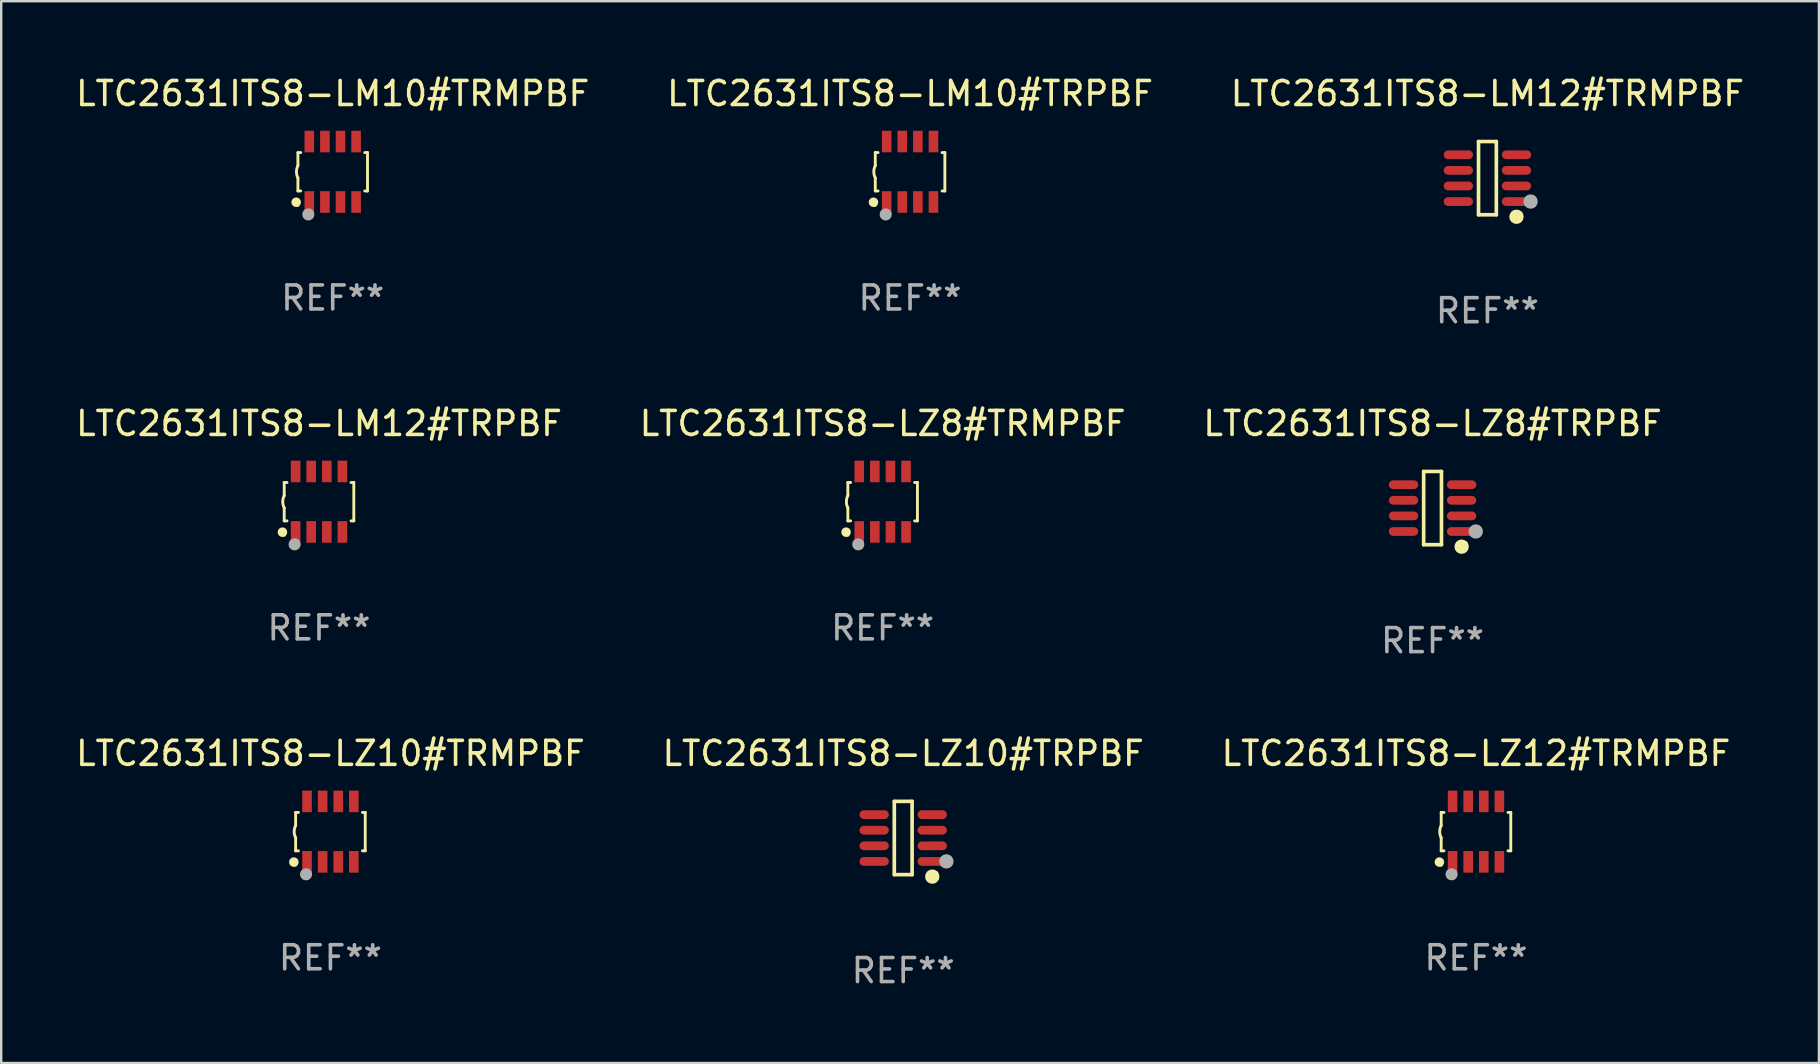
<source format=kicad_pcb>
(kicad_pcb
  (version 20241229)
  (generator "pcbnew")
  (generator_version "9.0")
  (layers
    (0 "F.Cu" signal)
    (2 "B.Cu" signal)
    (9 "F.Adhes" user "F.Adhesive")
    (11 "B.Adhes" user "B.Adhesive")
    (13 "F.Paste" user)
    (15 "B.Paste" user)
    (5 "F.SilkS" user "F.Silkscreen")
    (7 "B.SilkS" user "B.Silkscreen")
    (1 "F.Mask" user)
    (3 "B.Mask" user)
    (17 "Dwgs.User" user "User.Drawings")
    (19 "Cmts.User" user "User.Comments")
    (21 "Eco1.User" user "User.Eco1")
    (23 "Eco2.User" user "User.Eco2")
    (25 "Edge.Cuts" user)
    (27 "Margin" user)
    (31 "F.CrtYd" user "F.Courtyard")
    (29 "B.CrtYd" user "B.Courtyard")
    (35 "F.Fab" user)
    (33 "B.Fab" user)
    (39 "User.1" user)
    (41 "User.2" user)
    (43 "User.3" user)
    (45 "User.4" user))
  (footprint "LTC2631ITS8-LZ10#TRMPBF"
    (layer "F.Cu")
    (at 10.72 31.606)
    (property "Reference" "LTC2631ITS8-LZ10#TRMPBF" (at 0 -3.26 0) (layer "F.SilkS") (effects (font (size 1 1) (thickness 0.15))))
    (attr through_hole)
    (fp_line (start -1.45 -0.8) (end -1.45 -0.254) (stroke (width 0.12) (type solid)) (layer "F.SilkS"))
    (fp_line (start -1.45 -0.8) (end -1.334 -0.8) (stroke (width 0.12) (type solid)) (layer "F.SilkS"))
    (fp_line (start -1.45 0.8) (end -1.45 0.254) (stroke (width 0.12) (type solid)) (layer "F.SilkS"))
    (fp_line (start -1.45 0.8) (end -1.334 0.8) (stroke (width 0.12) (type solid)) (layer "F.SilkS"))
    (fp_line (start 1.334 -0.8) (end 1.45 -0.8) (stroke (width 0.12) (type solid)) (layer "F.SilkS"))
    (fp_line (start 1.334 0.8) (end 1.45 0.8) (stroke (width 0.12) (type solid)) (layer "F.SilkS"))
    (fp_line (start 1.45 0.8) (end 1.45 -0.8) (stroke (width 0.12) (type solid)) (layer "F.SilkS"))
    (fp_arc (start -1.45075 0.255144) (mid -1.510605 0.000434) (end -1.450013 -0.254102) (stroke (width 0.11999) (type solid)) (layer "F.SilkS"))
    (fp_circle (center -1.524 1.27) (end -1.424 1.27) (stroke (width 0.2) (type solid)) (fill no) (layer "F.SilkS"))
    (fp_circle (center -1.45 1.4) (end -1.42 1.4) (stroke (width 0.06) (type solid)) (fill no) (layer "F.SilkS"))
    (fp_circle (center -1.016 1.778) (end -0.889 1.778) (stroke (width 0.254) (type solid)) (fill no) (layer "F.Fab"))
    (fp_text user "REF**" (at 0 5.26 0) (layer "F.Fab") (effects (font (size 1 1) (thickness 0.15))))
    (pad "1" smd rect (at -0.975 1.26) (size 0.4 0.9) (layers "F.Cu" "F.Mask" "F.Paste"))
    (pad "2" smd rect (at -0.325 1.26) (size 0.4 0.9) (layers "F.Cu" "F.Mask" "F.Paste"))
    (pad "3" smd rect (at 0.325 1.26) (size 0.4 0.9) (layers "F.Cu" "F.Mask" "F.Paste"))
    (pad "4" smd rect (at 0.975 1.26) (size 0.4 0.9) (layers "F.Cu" "F.Mask" "F.Paste"))
    (pad "5" smd rect (at 0.975 -1.26) (size 0.4 0.9) (layers "F.Cu" "F.Mask" "F.Paste"))
    (pad "6" smd rect (at 0.325 -1.26) (size 0.4 0.9) (layers "F.Cu" "F.Mask" "F.Paste"))
    (pad "7" smd rect (at -0.325 -1.26) (size 0.4 0.9) (layers "F.Cu" "F.Mask" "F.Paste"))
    (pad "8" smd rect (at -0.975 -1.26) (size 0.4 0.9) (layers "F.Cu" "F.Mask" "F.Paste")))
  (footprint "LTC2631ITS8-LM12#TRMPBF"
    (layer "F.Cu")
    (at 58.935 4.374)
    (property "Reference" "LTC2631ITS8-LM12#TRMPBF" (at 0 -3.526 0) (layer "F.SilkS") (effects (font (size 1 1) (thickness 0.15))))
    (attr through_hole)
    (fp_line (start -0.371 -1.526) (end 0.371 -1.526) (stroke (width 0.152) (type solid)) (layer "F.SilkS"))
    (fp_line (start -0.371 1.526) (end -0.371 -1.526) (stroke (width 0.152) (type solid)) (layer "F.SilkS"))
    (fp_line (start 0.371 -1.526) (end 0.371 1.526) (stroke (width 0.152) (type solid)) (layer "F.SilkS"))
    (fp_line (start 0.371 1.526) (end -0.371 1.526) (stroke (width 0.152) (type solid)) (layer "F.SilkS"))
    (fp_circle (center 1.211 1.609) (end 1.361 1.609) (stroke (width 0.3) (type solid)) (fill no) (layer "F.SilkS"))
    (fp_circle (center 1.4 1.45) (end 1.43 1.45) (stroke (width 0.06) (type solid)) (fill no) (layer "F.SilkS"))
    (fp_circle (center 1.8 0.975) (end 1.95 0.975) (stroke (width 0.3) (type solid)) (fill no) (layer "F.Fab"))
    (fp_text user "REF**" (at 0 5.526 0) (layer "F.Fab") (effects (font (size 1 1) (thickness 0.15))))
    (pad "1" smd oval (at 1.211 0.975) (size 1.222 0.364) (layers "F.Cu" "F.Mask" "F.Paste"))
    (pad "2" smd oval (at 1.211 0.325) (size 1.222 0.364) (layers "F.Cu" "F.Mask" "F.Paste"))
    (pad "3" smd oval (at 1.211 -0.325) (size 1.222 0.364) (layers "F.Cu" "F.Mask" "F.Paste"))
    (pad "4" smd oval (at 1.211 -0.975) (size 1.222 0.364) (layers "F.Cu" "F.Mask" "F.Paste"))
    (pad "5" smd oval (at -1.211 -0.975) (size 1.222 0.364) (layers "F.Cu" "F.Mask" "F.Paste"))
    (pad "6" smd oval (at -1.211 -0.325) (size 1.222 0.364) (layers "F.Cu" "F.Mask" "F.Paste"))
    (pad "7" smd oval (at -1.211 0.325) (size 1.222 0.364) (layers "F.Cu" "F.Mask" "F.Paste"))
    (pad "8" smd oval (at -1.211 0.975) (size 1.222 0.364) (layers "F.Cu" "F.Mask" "F.Paste")))
  (footprint "LTC2631ITS8-LM10#TRPBF"
    (layer "F.Cu")
    (at 34.875 4.108)
    (property "Reference" "LTC2631ITS8-LM10#TRPBF" (at 0 -3.26 0) (layer "F.SilkS") (effects (font (size 1 1) (thickness 0.15))))
    (attr through_hole)
    (fp_line (start -1.45 -0.8) (end -1.45 -0.254) (stroke (width 0.12) (type solid)) (layer "F.SilkS"))
    (fp_line (start -1.45 -0.8) (end -1.334 -0.8) (stroke (width 0.12) (type solid)) (layer "F.SilkS"))
    (fp_line (start -1.45 0.8) (end -1.45 0.254) (stroke (width 0.12) (type solid)) (layer "F.SilkS"))
    (fp_line (start -1.45 0.8) (end -1.334 0.8) (stroke (width 0.12) (type solid)) (layer "F.SilkS"))
    (fp_line (start 1.334 -0.8) (end 1.45 -0.8) (stroke (width 0.12) (type solid)) (layer "F.SilkS"))
    (fp_line (start 1.334 0.8) (end 1.45 0.8) (stroke (width 0.12) (type solid)) (layer "F.SilkS"))
    (fp_line (start 1.45 0.8) (end 1.45 -0.8) (stroke (width 0.12) (type solid)) (layer "F.SilkS"))
    (fp_arc (start -1.45075 0.255144) (mid -1.510605 0.000434) (end -1.450013 -0.254102) (stroke (width 0.11999) (type solid)) (layer "F.SilkS"))
    (fp_circle (center -1.524 1.27) (end -1.424 1.27) (stroke (width 0.2) (type solid)) (fill no) (layer "F.SilkS"))
    (fp_circle (center -1.45 1.4) (end -1.42 1.4) (stroke (width 0.06) (type solid)) (fill no) (layer "F.SilkS"))
    (fp_circle (center -1.016 1.778) (end -0.889 1.778) (stroke (width 0.254) (type solid)) (fill no) (layer "F.Fab"))
    (fp_text user "REF**" (at 0 5.26 0) (layer "F.Fab") (effects (font (size 1 1) (thickness 0.15))))
    (pad "1" smd rect (at -0.975 1.26) (size 0.4 0.9) (layers "F.Cu" "F.Mask" "F.Paste"))
    (pad "2" smd rect (at -0.325 1.26) (size 0.4 0.9) (layers "F.Cu" "F.Mask" "F.Paste"))
    (pad "3" smd rect (at 0.325 1.26) (size 0.4 0.9) (layers "F.Cu" "F.Mask" "F.Paste"))
    (pad "4" smd rect (at 0.975 1.26) (size 0.4 0.9) (layers "F.Cu" "F.Mask" "F.Paste"))
    (pad "5" smd rect (at 0.975 -1.26) (size 0.4 0.9) (layers "F.Cu" "F.Mask" "F.Paste"))
    (pad "6" smd rect (at 0.325 -1.26) (size 0.4 0.9) (layers "F.Cu" "F.Mask" "F.Paste"))
    (pad "7" smd rect (at -0.325 -1.26) (size 0.4 0.9) (layers "F.Cu" "F.Mask" "F.Paste"))
    (pad "8" smd rect (at -0.975 -1.26) (size 0.4 0.9) (layers "F.Cu" "F.Mask" "F.Paste")))
  (footprint "LTC2631ITS8-LM12#TRPBF"
    (layer "F.Cu")
    (at 10.244 17.857)
    (property "Reference" "LTC2631ITS8-LM12#TRPBF" (at 0 -3.26 0) (layer "F.SilkS") (effects (font (size 1 1) (thickness 0.15))))
    (attr through_hole)
    (fp_line (start -1.45 -0.8) (end -1.45 -0.254) (stroke (width 0.12) (type solid)) (layer "F.SilkS"))
    (fp_line (start -1.45 -0.8) (end -1.334 -0.8) (stroke (width 0.12) (type solid)) (layer "F.SilkS"))
    (fp_line (start -1.45 0.8) (end -1.45 0.254) (stroke (width 0.12) (type solid)) (layer "F.SilkS"))
    (fp_line (start -1.45 0.8) (end -1.334 0.8) (stroke (width 0.12) (type solid)) (layer "F.SilkS"))
    (fp_line (start 1.334 -0.8) (end 1.45 -0.8) (stroke (width 0.12) (type solid)) (layer "F.SilkS"))
    (fp_line (start 1.334 0.8) (end 1.45 0.8) (stroke (width 0.12) (type solid)) (layer "F.SilkS"))
    (fp_line (start 1.45 0.8) (end 1.45 -0.8) (stroke (width 0.12) (type solid)) (layer "F.SilkS"))
    (fp_arc (start -1.45075 0.255144) (mid -1.510605 0.000434) (end -1.450013 -0.254102) (stroke (width 0.11999) (type solid)) (layer "F.SilkS"))
    (fp_circle (center -1.524 1.27) (end -1.424 1.27) (stroke (width 0.2) (type solid)) (fill no) (layer "F.SilkS"))
    (fp_circle (center -1.45 1.4) (end -1.42 1.4) (stroke (width 0.06) (type solid)) (fill no) (layer "F.SilkS"))
    (fp_circle (center -1.016 1.778) (end -0.889 1.778) (stroke (width 0.254) (type solid)) (fill no) (layer "F.Fab"))
    (fp_text user "REF**" (at 0 5.26 0) (layer "F.Fab") (effects (font (size 1 1) (thickness 0.15))))
    (pad "1" smd rect (at -0.975 1.26) (size 0.4 0.9) (layers "F.Cu" "F.Mask" "F.Paste"))
    (pad "2" smd rect (at -0.325 1.26) (size 0.4 0.9) (layers "F.Cu" "F.Mask" "F.Paste"))
    (pad "3" smd rect (at 0.325 1.26) (size 0.4 0.9) (layers "F.Cu" "F.Mask" "F.Paste"))
    (pad "4" smd rect (at 0.975 1.26) (size 0.4 0.9) (layers "F.Cu" "F.Mask" "F.Paste"))
    (pad "5" smd rect (at 0.975 -1.26) (size 0.4 0.9) (layers "F.Cu" "F.Mask" "F.Paste"))
    (pad "6" smd rect (at 0.325 -1.26) (size 0.4 0.9) (layers "F.Cu" "F.Mask" "F.Paste"))
    (pad "7" smd rect (at -0.325 -1.26) (size 0.4 0.9) (layers "F.Cu" "F.Mask" "F.Paste"))
    (pad "8" smd rect (at -0.975 -1.26) (size 0.4 0.9) (layers "F.Cu" "F.Mask" "F.Paste")))
  (footprint "LTC2631ITS8-LZ8#TRMPBF"
    (layer "F.Cu")
    (at 33.732 17.857)
    (property "Reference" "LTC2631ITS8-LZ8#TRMPBF" (at 0 -3.26 0) (layer "F.SilkS") (effects (font (size 1 1) (thickness 0.15))))
    (attr through_hole)
    (fp_line (start -1.45 -0.8) (end -1.45 -0.254) (stroke (width 0.12) (type solid)) (layer "F.SilkS"))
    (fp_line (start -1.45 -0.8) (end -1.334 -0.8) (stroke (width 0.12) (type solid)) (layer "F.SilkS"))
    (fp_line (start -1.45 0.8) (end -1.45 0.254) (stroke (width 0.12) (type solid)) (layer "F.SilkS"))
    (fp_line (start -1.45 0.8) (end -1.334 0.8) (stroke (width 0.12) (type solid)) (layer "F.SilkS"))
    (fp_line (start 1.334 -0.8) (end 1.45 -0.8) (stroke (width 0.12) (type solid)) (layer "F.SilkS"))
    (fp_line (start 1.334 0.8) (end 1.45 0.8) (stroke (width 0.12) (type solid)) (layer "F.SilkS"))
    (fp_line (start 1.45 0.8) (end 1.45 -0.8) (stroke (width 0.12) (type solid)) (layer "F.SilkS"))
    (fp_arc (start -1.45075 0.255144) (mid -1.510605 0.000434) (end -1.450013 -0.254102) (stroke (width 0.11999) (type solid)) (layer "F.SilkS"))
    (fp_circle (center -1.524 1.27) (end -1.424 1.27) (stroke (width 0.2) (type solid)) (fill no) (layer "F.SilkS"))
    (fp_circle (center -1.45 1.4) (end -1.42 1.4) (stroke (width 0.06) (type solid)) (fill no) (layer "F.SilkS"))
    (fp_circle (center -1.016 1.778) (end -0.889 1.778) (stroke (width 0.254) (type solid)) (fill no) (layer "F.Fab"))
    (fp_text user "REF**" (at 0 5.26 0) (layer "F.Fab") (effects (font (size 1 1) (thickness 0.15))))
    (pad "1" smd rect (at -0.975 1.26) (size 0.4 0.9) (layers "F.Cu" "F.Mask" "F.Paste"))
    (pad "2" smd rect (at -0.325 1.26) (size 0.4 0.9) (layers "F.Cu" "F.Mask" "F.Paste"))
    (pad "3" smd rect (at 0.325 1.26) (size 0.4 0.9) (layers "F.Cu" "F.Mask" "F.Paste"))
    (pad "4" smd rect (at 0.975 1.26) (size 0.4 0.9) (layers "F.Cu" "F.Mask" "F.Paste"))
    (pad "5" smd rect (at 0.975 -1.26) (size 0.4 0.9) (layers "F.Cu" "F.Mask" "F.Paste"))
    (pad "6" smd rect (at 0.325 -1.26) (size 0.4 0.9) (layers "F.Cu" "F.Mask" "F.Paste"))
    (pad "7" smd rect (at -0.325 -1.26) (size 0.4 0.9) (layers "F.Cu" "F.Mask" "F.Paste"))
    (pad "8" smd rect (at -0.975 -1.26) (size 0.4 0.9) (layers "F.Cu" "F.Mask" "F.Paste")))
  (footprint "LTC2631ITS8-LZ10#TRPBF"
    (layer "F.Cu")
    (at 34.589 31.872)
    (property "Reference" "LTC2631ITS8-LZ10#TRPBF" (at 0 -3.526 0) (layer "F.SilkS") (effects (font (size 1 1) (thickness 0.15))))
    (attr through_hole)
    (fp_line (start -0.371 -1.526) (end 0.371 -1.526) (stroke (width 0.152) (type solid)) (layer "F.SilkS"))
    (fp_line (start -0.371 1.526) (end -0.371 -1.526) (stroke (width 0.152) (type solid)) (layer "F.SilkS"))
    (fp_line (start 0.371 -1.526) (end 0.371 1.526) (stroke (width 0.152) (type solid)) (layer "F.SilkS"))
    (fp_line (start 0.371 1.526) (end -0.371 1.526) (stroke (width 0.152) (type solid)) (layer "F.SilkS"))
    (fp_circle (center 1.211 1.609) (end 1.361 1.609) (stroke (width 0.3) (type solid)) (fill no) (layer "F.SilkS"))
    (fp_circle (center 1.4 1.45) (end 1.43 1.45) (stroke (width 0.06) (type solid)) (fill no) (layer "F.SilkS"))
    (fp_circle (center 1.8 0.975) (end 1.95 0.975) (stroke (width 0.3) (type solid)) (fill no) (layer "F.Fab"))
    (fp_text user "REF**" (at 0 5.526 0) (layer "F.Fab") (effects (font (size 1 1) (thickness 0.15))))
    (pad "1" smd oval (at 1.211 0.975) (size 1.222 0.364) (layers "F.Cu" "F.Mask" "F.Paste"))
    (pad "2" smd oval (at 1.211 0.325) (size 1.222 0.364) (layers "F.Cu" "F.Mask" "F.Paste"))
    (pad "3" smd oval (at 1.211 -0.325) (size 1.222 0.364) (layers "F.Cu" "F.Mask" "F.Paste"))
    (pad "4" smd oval (at 1.211 -0.975) (size 1.222 0.364) (layers "F.Cu" "F.Mask" "F.Paste"))
    (pad "5" smd oval (at -1.211 -0.975) (size 1.222 0.364) (layers "F.Cu" "F.Mask" "F.Paste"))
    (pad "6" smd oval (at -1.211 -0.325) (size 1.222 0.364) (layers "F.Cu" "F.Mask" "F.Paste"))
    (pad "7" smd oval (at -1.211 0.325) (size 1.222 0.364) (layers "F.Cu" "F.Mask" "F.Paste"))
    (pad "8" smd oval (at -1.211 0.975) (size 1.222 0.364) (layers "F.Cu" "F.Mask" "F.Paste")))
  (footprint "LTC2631ITS8-LZ8#TRPBF"
    (layer "F.Cu")
    (at 56.649 18.123)
    (property "Reference" "LTC2631ITS8-LZ8#TRPBF" (at 0 -3.526 0) (layer "F.SilkS") (effects (font (size 1 1) (thickness 0.15))))
    (attr through_hole)
    (fp_line (start -0.371 -1.526) (end 0.371 -1.526) (stroke (width 0.152) (type solid)) (layer "F.SilkS"))
    (fp_line (start -0.371 1.526) (end -0.371 -1.526) (stroke (width 0.152) (type solid)) (layer "F.SilkS"))
    (fp_line (start 0.371 -1.526) (end 0.371 1.526) (stroke (width 0.152) (type solid)) (layer "F.SilkS"))
    (fp_line (start 0.371 1.526) (end -0.371 1.526) (stroke (width 0.152) (type solid)) (layer "F.SilkS"))
    (fp_circle (center 1.211 1.609) (end 1.361 1.609) (stroke (width 0.3) (type solid)) (fill no) (layer "F.SilkS"))
    (fp_circle (center 1.4 1.45) (end 1.43 1.45) (stroke (width 0.06) (type solid)) (fill no) (layer "F.SilkS"))
    (fp_circle (center 1.8 0.975) (end 1.95 0.975) (stroke (width 0.3) (type solid)) (fill no) (layer "F.Fab"))
    (fp_text user "REF**" (at 0 5.526 0) (layer "F.Fab") (effects (font (size 1 1) (thickness 0.15))))
    (pad "1" smd oval (at 1.211 0.975) (size 1.222 0.364) (layers "F.Cu" "F.Mask" "F.Paste"))
    (pad "2" smd oval (at 1.211 0.325) (size 1.222 0.364) (layers "F.Cu" "F.Mask" "F.Paste"))
    (pad "3" smd oval (at 1.211 -0.325) (size 1.222 0.364) (layers "F.Cu" "F.Mask" "F.Paste"))
    (pad "4" smd oval (at 1.211 -0.975) (size 1.222 0.364) (layers "F.Cu" "F.Mask" "F.Paste"))
    (pad "5" smd oval (at -1.211 -0.975) (size 1.222 0.364) (layers "F.Cu" "F.Mask" "F.Paste"))
    (pad "6" smd oval (at -1.211 -0.325) (size 1.222 0.364) (layers "F.Cu" "F.Mask" "F.Paste"))
    (pad "7" smd oval (at -1.211 0.325) (size 1.222 0.364) (layers "F.Cu" "F.Mask" "F.Paste"))
    (pad "8" smd oval (at -1.211 0.975) (size 1.222 0.364) (layers "F.Cu" "F.Mask" "F.Paste")))
  (footprint "LTC2631ITS8-LZ12#TRMPBF"
    (layer "F.Cu")
    (at 58.458 31.606)
    (property "Reference" "LTC2631ITS8-LZ12#TRMPBF" (at 0 -3.26 0) (layer "F.SilkS") (effects (font (size 1 1) (thickness 0.15))))
    (attr through_hole)
    (fp_line (start -1.45 -0.8) (end -1.45 -0.254) (stroke (width 0.12) (type solid)) (layer "F.SilkS"))
    (fp_line (start -1.45 -0.8) (end -1.334 -0.8) (stroke (width 0.12) (type solid)) (layer "F.SilkS"))
    (fp_line (start -1.45 0.8) (end -1.45 0.254) (stroke (width 0.12) (type solid)) (layer "F.SilkS"))
    (fp_line (start -1.45 0.8) (end -1.334 0.8) (stroke (width 0.12) (type solid)) (layer "F.SilkS"))
    (fp_line (start 1.334 -0.8) (end 1.45 -0.8) (stroke (width 0.12) (type solid)) (layer "F.SilkS"))
    (fp_line (start 1.334 0.8) (end 1.45 0.8) (stroke (width 0.12) (type solid)) (layer "F.SilkS"))
    (fp_line (start 1.45 0.8) (end 1.45 -0.8) (stroke (width 0.12) (type solid)) (layer "F.SilkS"))
    (fp_arc (start -1.45075 0.255144) (mid -1.510605 0.000434) (end -1.450013 -0.254102) (stroke (width 0.11999) (type solid)) (layer "F.SilkS"))
    (fp_circle (center -1.524 1.27) (end -1.424 1.27) (stroke (width 0.2) (type solid)) (fill no) (layer "F.SilkS"))
    (fp_circle (center -1.45 1.4) (end -1.42 1.4) (stroke (width 0.06) (type solid)) (fill no) (layer "F.SilkS"))
    (fp_circle (center -1.016 1.778) (end -0.889 1.778) (stroke (width 0.254) (type solid)) (fill no) (layer "F.Fab"))
    (fp_text user "REF**" (at 0 5.26 0) (layer "F.Fab") (effects (font (size 1 1) (thickness 0.15))))
    (pad "1" smd rect (at -0.975 1.26) (size 0.4 0.9) (layers "F.Cu" "F.Mask" "F.Paste"))
    (pad "2" smd rect (at -0.325 1.26) (size 0.4 0.9) (layers "F.Cu" "F.Mask" "F.Paste"))
    (pad "3" smd rect (at 0.325 1.26) (size 0.4 0.9) (layers "F.Cu" "F.Mask" "F.Paste"))
    (pad "4" smd rect (at 0.975 1.26) (size 0.4 0.9) (layers "F.Cu" "F.Mask" "F.Paste"))
    (pad "5" smd rect (at 0.975 -1.26) (size 0.4 0.9) (layers "F.Cu" "F.Mask" "F.Paste"))
    (pad "6" smd rect (at 0.325 -1.26) (size 0.4 0.9) (layers "F.Cu" "F.Mask" "F.Paste"))
    (pad "7" smd rect (at -0.325 -1.26) (size 0.4 0.9) (layers "F.Cu" "F.Mask" "F.Paste"))
    (pad "8" smd rect (at -0.975 -1.26) (size 0.4 0.9) (layers "F.Cu" "F.Mask" "F.Paste")))
  (footprint "LTC2631ITS8-LM10#TRMPBF"
    (layer "F.Cu")
    (at 10.815 4.108)
    (property "Reference" "LTC2631ITS8-LM10#TRMPBF" (at 0 -3.26 0) (layer "F.SilkS") (effects (font (size 1 1) (thickness 0.15))))
    (attr through_hole)
    (fp_line (start -1.45 -0.8) (end -1.45 -0.254) (stroke (width 0.12) (type solid)) (layer "F.SilkS"))
    (fp_line (start -1.45 -0.8) (end -1.334 -0.8) (stroke (width 0.12) (type solid)) (layer "F.SilkS"))
    (fp_line (start -1.45 0.8) (end -1.45 0.254) (stroke (width 0.12) (type solid)) (layer "F.SilkS"))
    (fp_line (start -1.45 0.8) (end -1.334 0.8) (stroke (width 0.12) (type solid)) (layer "F.SilkS"))
    (fp_line (start 1.334 -0.8) (end 1.45 -0.8) (stroke (width 0.12) (type solid)) (layer "F.SilkS"))
    (fp_line (start 1.334 0.8) (end 1.45 0.8) (stroke (width 0.12) (type solid)) (layer "F.SilkS"))
    (fp_line (start 1.45 0.8) (end 1.45 -0.8) (stroke (width 0.12) (type solid)) (layer "F.SilkS"))
    (fp_arc (start -1.45075 0.255144) (mid -1.510605 0.000434) (end -1.450013 -0.254102) (stroke (width 0.11999) (type solid)) (layer "F.SilkS"))
    (fp_circle (center -1.524 1.27) (end -1.424 1.27) (stroke (width 0.2) (type solid)) (fill no) (layer "F.SilkS"))
    (fp_circle (center -1.45 1.4) (end -1.42 1.4) (stroke (width 0.06) (type solid)) (fill no) (layer "F.SilkS"))
    (fp_circle (center -1.016 1.778) (end -0.889 1.778) (stroke (width 0.254) (type solid)) (fill no) (layer "F.Fab"))
    (fp_text user "REF**" (at 0 5.26 0) (layer "F.Fab") (effects (font (size 1 1) (thickness 0.15))))
    (pad "1" smd rect (at -0.975 1.26) (size 0.4 0.9) (layers "F.Cu" "F.Mask" "F.Paste"))
    (pad "2" smd rect (at -0.325 1.26) (size 0.4 0.9) (layers "F.Cu" "F.Mask" "F.Paste"))
    (pad "3" smd rect (at 0.325 1.26) (size 0.4 0.9) (layers "F.Cu" "F.Mask" "F.Paste"))
    (pad "4" smd rect (at 0.975 1.26) (size 0.4 0.9) (layers "F.Cu" "F.Mask" "F.Paste"))
    (pad "5" smd rect (at 0.975 -1.26) (size 0.4 0.9) (layers "F.Cu" "F.Mask" "F.Paste"))
    (pad "6" smd rect (at 0.325 -1.26) (size 0.4 0.9) (layers "F.Cu" "F.Mask" "F.Paste"))
    (pad "7" smd rect (at -0.325 -1.26) (size 0.4 0.9) (layers "F.Cu" "F.Mask" "F.Paste"))
    (pad "8" smd rect (at -0.975 -1.26) (size 0.4 0.9) (layers "F.Cu" "F.Mask" "F.Paste")))
  (gr_rect
    (start -3 -3)
    (end 72.75 41.247)
    (stroke (width 0.1) (type default))
    (fill no)
    (layer "Edge.Cuts")))
</source>
